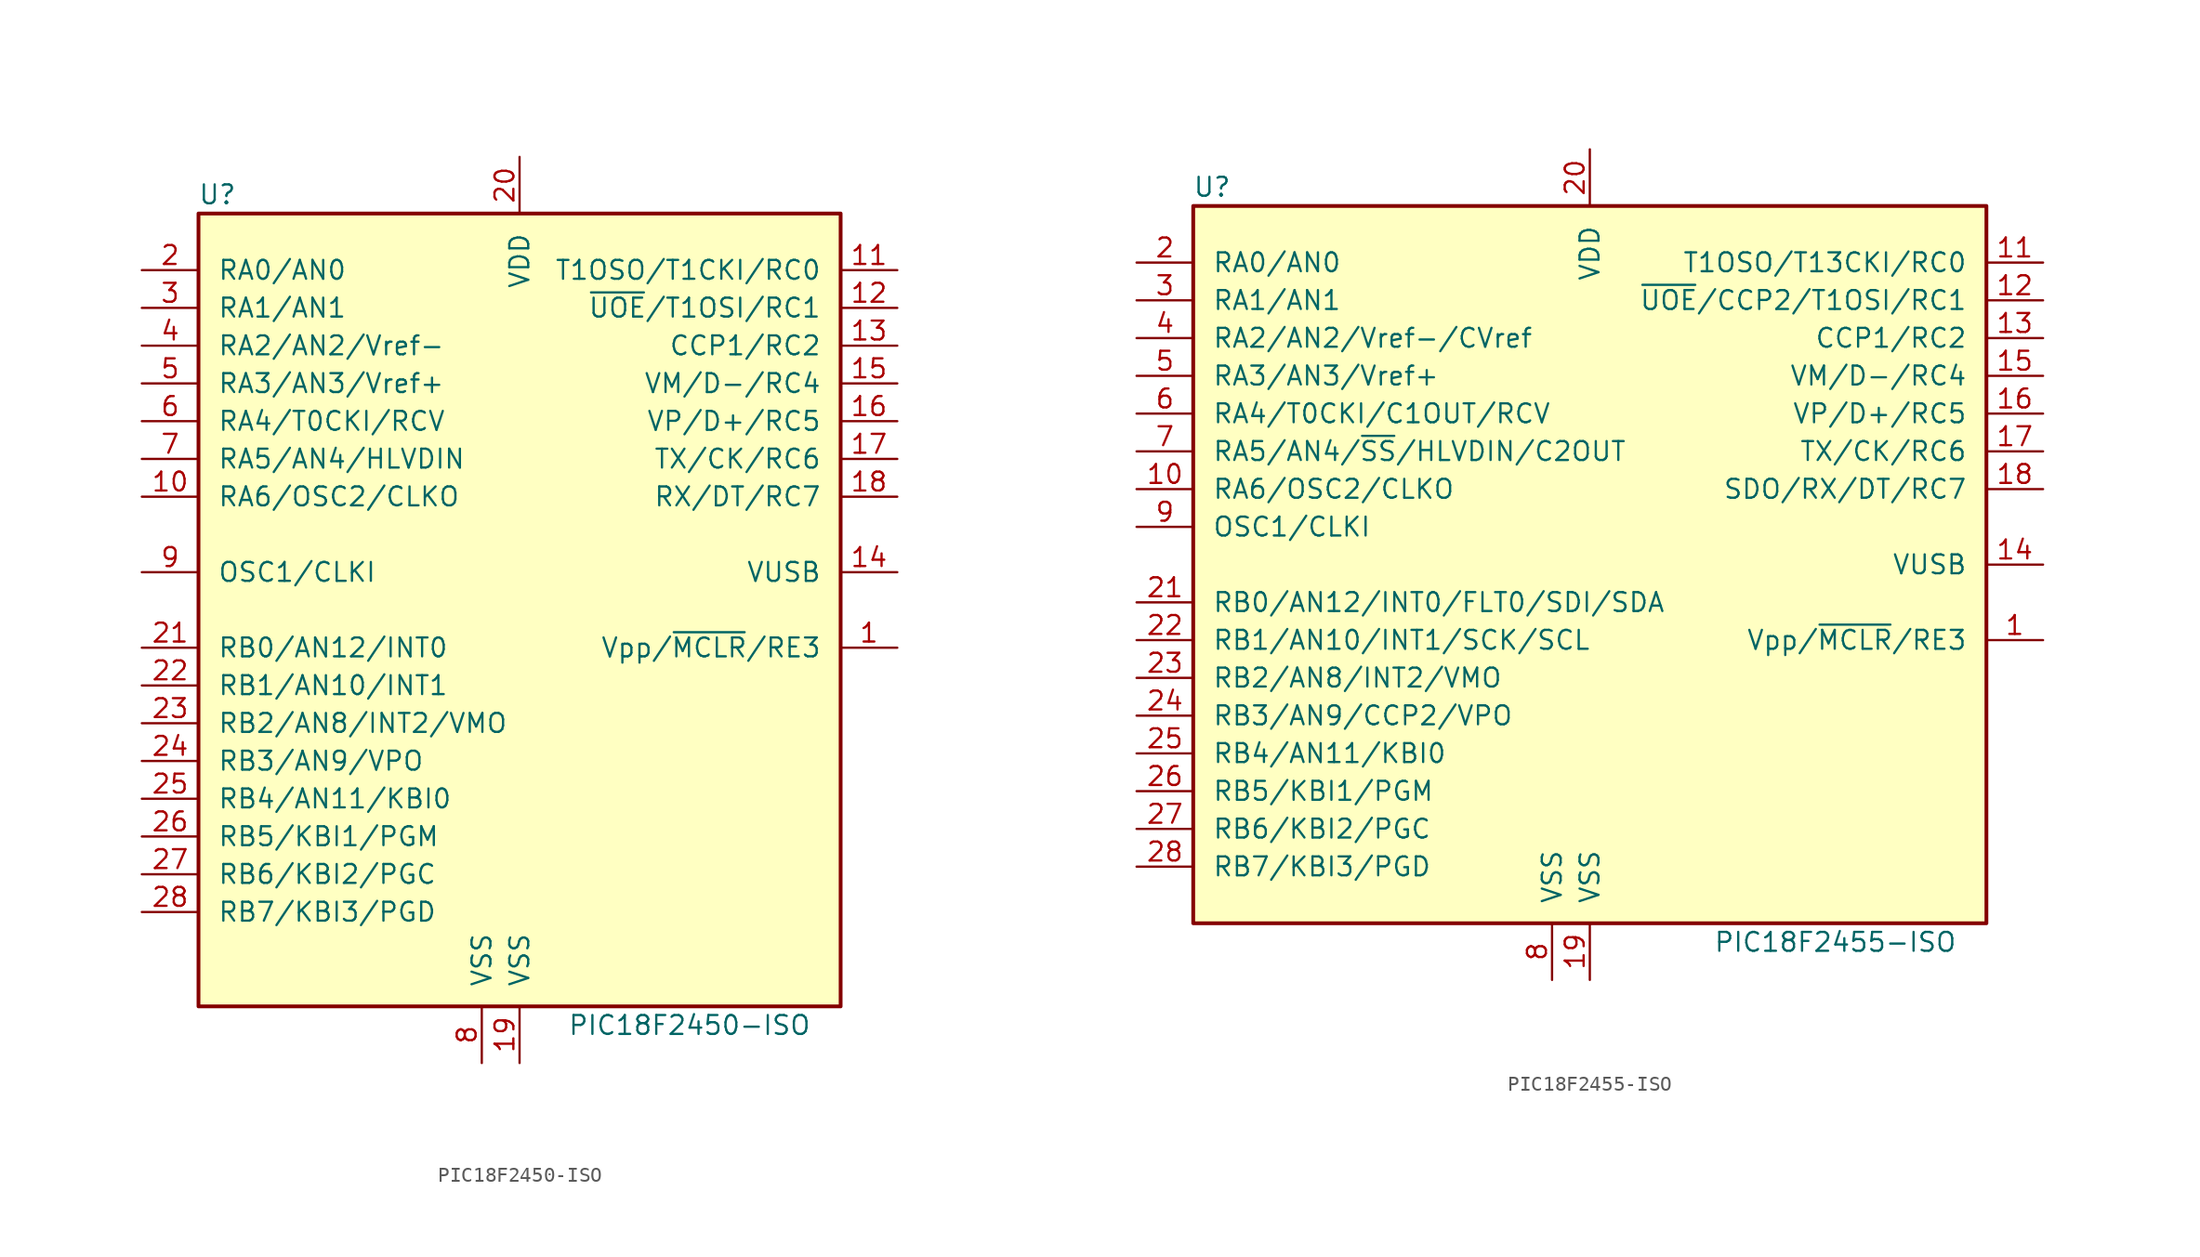
<source format=kicad_sym>
(kicad_symbol_lib
  (version 20231120)
  (generator "kicad_symbol_editor")
  (generator_version "8.0")
  (symbol "PIC18F2450-ISO"
    (pin_names
      (offset 1.27))
    (property "Reference" "U"
      (at -20.32 27.94 0)
      (effects (font (size 1.27 1.27))))
    (property "Value" "PIC18F2450-ISO"
      (at 11.43 -27.94 0)
      (effects (font (size 1.27 1.27))))
    (symbol "PIC18F2450-ISO_0_1"
      (rectangle (start -21.59 26.67) (end 21.59 -26.67) (stroke (width 0.254) (type default)) (fill (type background))))
    (symbol "PIC18F2450-ISO_1_1"
      (pin input line (at 25.4 -2.54 180) (length 3.81) (name "Vpp/~{MCLR}/RE3" (effects (font (size 1.27 1.27)))) (number "1" (effects (font (size 1.27 1.27)))))
      (pin output line (at -25.4 7.62 0) (length 3.81) (name "RA6/OSC2/CLKO" (effects (font (size 1.27 1.27)))) (number "10" (effects (font (size 1.27 1.27)))))
      (pin bidirectional line (at 25.4 22.86 180) (length 3.81) (name "T1OSO/T1CKI/RC0" (effects (font (size 1.27 1.27)))) (number "11" (effects (font (size 1.27 1.27)))))
      (pin bidirectional line (at 25.4 20.32 180) (length 3.81) (name "~{UOE}/T1OSI/RC1" (effects (font (size 1.27 1.27)))) (number "12" (effects (font (size 1.27 1.27)))))
      (pin bidirectional line (at 25.4 17.78 180) (length 3.81) (name "CCP1/RC2" (effects (font (size 1.27 1.27)))) (number "13" (effects (font (size 1.27 1.27)))))
      (pin bidirectional line (at 25.4 2.54 180) (length 3.81) (name "VUSB" (effects (font (size 1.27 1.27)))) (number "14" (effects (font (size 1.27 1.27)))))
      (pin bidirectional line (at 25.4 15.24 180) (length 3.81) (name "VM/D-/RC4" (effects (font (size 1.27 1.27)))) (number "15" (effects (font (size 1.27 1.27)))))
      (pin bidirectional line (at 25.4 12.7 180) (length 3.81) (name "VP/D+/RC5" (effects (font (size 1.27 1.27)))) (number "16" (effects (font (size 1.27 1.27)))))
      (pin bidirectional line (at 25.4 10.16 180) (length 3.81) (name "TX/CK/RC6" (effects (font (size 1.27 1.27)))) (number "17" (effects (font (size 1.27 1.27)))))
      (pin bidirectional line (at 25.4 7.62 180) (length 3.81) (name "RX/DT/RC7" (effects (font (size 1.27 1.27)))) (number "18" (effects (font (size 1.27 1.27)))))
      (pin power_in line (at 0 -30.48 90) (length 3.81) (name "VSS" (effects (font (size 1.27 1.27)))) (number "19" (effects (font (size 1.27 1.27)))))
      (pin bidirectional line (at -25.4 22.86 0) (length 3.81) (name "RA0/AN0" (effects (font (size 1.27 1.27)))) (number "2" (effects (font (size 1.27 1.27)))))
      (pin power_in line (at 0 30.48 270) (length 3.81) (name "VDD" (effects (font (size 1.27 1.27)))) (number "20" (effects (font (size 1.27 1.27)))))
      (pin bidirectional line (at -25.4 -2.54 0) (length 3.81) (name "RB0/AN12/INT0" (effects (font (size 1.27 1.27)))) (number "21" (effects (font (size 1.27 1.27)))))
      (pin bidirectional line (at -25.4 -5.08 0) (length 3.81) (name "RB1/AN10/INT1" (effects (font (size 1.27 1.27)))) (number "22" (effects (font (size 1.27 1.27)))))
      (pin bidirectional line (at -25.4 -7.62 0) (length 3.81) (name "RB2/AN8/INT2/VMO" (effects (font (size 1.27 1.27)))) (number "23" (effects (font (size 1.27 1.27)))))
      (pin bidirectional line (at -25.4 -10.16 0) (length 3.81) (name "RB3/AN9/VPO" (effects (font (size 1.27 1.27)))) (number "24" (effects (font (size 1.27 1.27)))))
      (pin bidirectional line (at -25.4 -12.7 0) (length 3.81) (name "RB4/AN11/KBI0" (effects (font (size 1.27 1.27)))) (number "25" (effects (font (size 1.27 1.27)))))
      (pin bidirectional line (at -25.4 -15.24 0) (length 3.81) (name "RB5/KBI1/PGM" (effects (font (size 1.27 1.27)))) (number "26" (effects (font (size 1.27 1.27)))))
      (pin bidirectional line (at -25.4 -17.78 0) (length 3.81) (name "RB6/KBI2/PGC" (effects (font (size 1.27 1.27)))) (number "27" (effects (font (size 1.27 1.27)))))
      (pin bidirectional line (at -25.4 -20.32 0) (length 3.81) (name "RB7/KBI3/PGD" (effects (font (size 1.27 1.27)))) (number "28" (effects (font (size 1.27 1.27)))))
      (pin bidirectional line (at -25.4 20.32 0) (length 3.81) (name "RA1/AN1" (effects (font (size 1.27 1.27)))) (number "3" (effects (font (size 1.27 1.27)))))
      (pin bidirectional line (at -25.4 17.78 0) (length 3.81) (name "RA2/AN2/Vref-" (effects (font (size 1.27 1.27)))) (number "4" (effects (font (size 1.27 1.27)))))
      (pin bidirectional line (at -25.4 15.24 0) (length 3.81) (name "RA3/AN3/Vref+" (effects (font (size 1.27 1.27)))) (number "5" (effects (font (size 1.27 1.27)))))
      (pin bidirectional line (at -25.4 12.7 0) (length 3.81) (name "RA4/T0CKI/RCV" (effects (font (size 1.27 1.27)))) (number "6" (effects (font (size 1.27 1.27)))))
      (pin bidirectional line (at -25.4 10.16 0) (length 3.81) (name "RA5/AN4/HLVDIN" (effects (font (size 1.27 1.27)))) (number "7" (effects (font (size 1.27 1.27)))))
      (pin power_in line (at -2.54 -30.48 90) (length 3.81) (name "VSS" (effects (font (size 1.27 1.27)))) (number "8" (effects (font (size 1.27 1.27)))))
      (pin input line (at -25.4 2.54 0) (length 3.81) (name "OSC1/CLKI" (effects (font (size 1.27 1.27)))) (number "9" (effects (font (size 1.27 1.27)))))))
  (symbol "PIC18F2455-ISO"
    (pin_names
      (offset 1.27))
    (property "Reference" "U"
      (at -25.4 25.4 0)
      (effects (font (size 1.27 1.27))))
    (property "Value" "PIC18F2455-ISO"
      (at 16.51 -25.4 0)
      (effects (font (size 1.27 1.27))))
    (symbol "PIC18F2455-ISO_0_1"
      (rectangle (start -26.67 24.13) (end 26.67 -24.13) (stroke (width 0.254) (type default)) (fill (type background))))
    (symbol "PIC18F2455-ISO_1_1"
      (pin input line (at 30.48 -5.08 180) (length 3.81) (name "Vpp/~{MCLR}/RE3" (effects (font (size 1.27 1.27)))) (number "1" (effects (font (size 1.27 1.27)))))
      (pin output line (at -30.48 5.08 0) (length 3.81) (name "RA6/OSC2/CLKO" (effects (font (size 1.27 1.27)))) (number "10" (effects (font (size 1.27 1.27)))))
      (pin bidirectional line (at 30.48 20.32 180) (length 3.81) (name "T1OSO/T13CKI/RC0" (effects (font (size 1.27 1.27)))) (number "11" (effects (font (size 1.27 1.27)))))
      (pin bidirectional line (at 30.48 17.78 180) (length 3.81) (name "~{UOE}/CCP2/T1OSI/RC1" (effects (font (size 1.27 1.27)))) (number "12" (effects (font (size 1.27 1.27)))))
      (pin bidirectional line (at 30.48 15.24 180) (length 3.81) (name "CCP1/RC2" (effects (font (size 1.27 1.27)))) (number "13" (effects (font (size 1.27 1.27)))))
      (pin bidirectional line (at 30.48 0 180) (length 3.81) (name "VUSB" (effects (font (size 1.27 1.27)))) (number "14" (effects (font (size 1.27 1.27)))))
      (pin bidirectional line (at 30.48 12.7 180) (length 3.81) (name "VM/D-/RC4" (effects (font (size 1.27 1.27)))) (number "15" (effects (font (size 1.27 1.27)))))
      (pin bidirectional line (at 30.48 10.16 180) (length 3.81) (name "VP/D+/RC5" (effects (font (size 1.27 1.27)))) (number "16" (effects (font (size 1.27 1.27)))))
      (pin bidirectional line (at 30.48 7.62 180) (length 3.81) (name "TX/CK/RC6" (effects (font (size 1.27 1.27)))) (number "17" (effects (font (size 1.27 1.27)))))
      (pin bidirectional line (at 30.48 5.08 180) (length 3.81) (name "SDO/RX/DT/RC7" (effects (font (size 1.27 1.27)))) (number "18" (effects (font (size 1.27 1.27)))))
      (pin power_in line (at 0 -27.94 90) (length 3.81) (name "VSS" (effects (font (size 1.27 1.27)))) (number "19" (effects (font (size 1.27 1.27)))))
      (pin bidirectional line (at -30.48 20.32 0) (length 3.81) (name "RA0/AN0" (effects (font (size 1.27 1.27)))) (number "2" (effects (font (size 1.27 1.27)))))
      (pin power_in line (at 0 27.94 270) (length 3.81) (name "VDD" (effects (font (size 1.27 1.27)))) (number "20" (effects (font (size 1.27 1.27)))))
      (pin bidirectional line (at -30.48 -2.54 0) (length 3.81) (name "RB0/AN12/INT0/FLT0/SDI/SDA" (effects (font (size 1.27 1.27)))) (number "21" (effects (font (size 1.27 1.27)))))
      (pin bidirectional line (at -30.48 -5.08 0) (length 3.81) (name "RB1/AN10/INT1/SCK/SCL" (effects (font (size 1.27 1.27)))) (number "22" (effects (font (size 1.27 1.27)))))
      (pin bidirectional line (at -30.48 -7.62 0) (length 3.81) (name "RB2/AN8/INT2/VMO" (effects (font (size 1.27 1.27)))) (number "23" (effects (font (size 1.27 1.27)))))
      (pin bidirectional line (at -30.48 -10.16 0) (length 3.81) (name "RB3/AN9/CCP2/VPO" (effects (font (size 1.27 1.27)))) (number "24" (effects (font (size 1.27 1.27)))))
      (pin bidirectional line (at -30.48 -12.7 0) (length 3.81) (name "RB4/AN11/KBI0" (effects (font (size 1.27 1.27)))) (number "25" (effects (font (size 1.27 1.27)))))
      (pin bidirectional line (at -30.48 -15.24 0) (length 3.81) (name "RB5/KBI1/PGM" (effects (font (size 1.27 1.27)))) (number "26" (effects (font (size 1.27 1.27)))))
      (pin bidirectional line (at -30.48 -17.78 0) (length 3.81) (name "RB6/KBI2/PGC" (effects (font (size 1.27 1.27)))) (number "27" (effects (font (size 1.27 1.27)))))
      (pin bidirectional line (at -30.48 -20.32 0) (length 3.81) (name "RB7/KBI3/PGD" (effects (font (size 1.27 1.27)))) (number "28" (effects (font (size 1.27 1.27)))))
      (pin bidirectional line (at -30.48 17.78 0) (length 3.81) (name "RA1/AN1" (effects (font (size 1.27 1.27)))) (number "3" (effects (font (size 1.27 1.27)))))
      (pin bidirectional line (at -30.48 15.24 0) (length 3.81) (name "RA2/AN2/Vref-/CVref" (effects (font (size 1.27 1.27)))) (number "4" (effects (font (size 1.27 1.27)))))
      (pin bidirectional line (at -30.48 12.7 0) (length 3.81) (name "RA3/AN3/Vref+" (effects (font (size 1.27 1.27)))) (number "5" (effects (font (size 1.27 1.27)))))
      (pin bidirectional line (at -30.48 10.16 0) (length 3.81) (name "RA4/T0CKI/C1OUT/RCV" (effects (font (size 1.27 1.27)))) (number "6" (effects (font (size 1.27 1.27)))))
      (pin bidirectional line (at -30.48 7.62 0) (length 3.81) (name "RA5/AN4/~{SS}/HLVDIN/C2OUT" (effects (font (size 1.27 1.27)))) (number "7" (effects (font (size 1.27 1.27)))))
      (pin power_in line (at -2.54 -27.94 90) (length 3.81) (name "VSS" (effects (font (size 1.27 1.27)))) (number "8" (effects (font (size 1.27 1.27)))))
      (pin input line (at -30.48 2.54 0) (length 3.81) (name "OSC1/CLKI" (effects (font (size 1.27 1.27)))) (number "9" (effects (font (size 1.27 1.27))))))))
</source>
